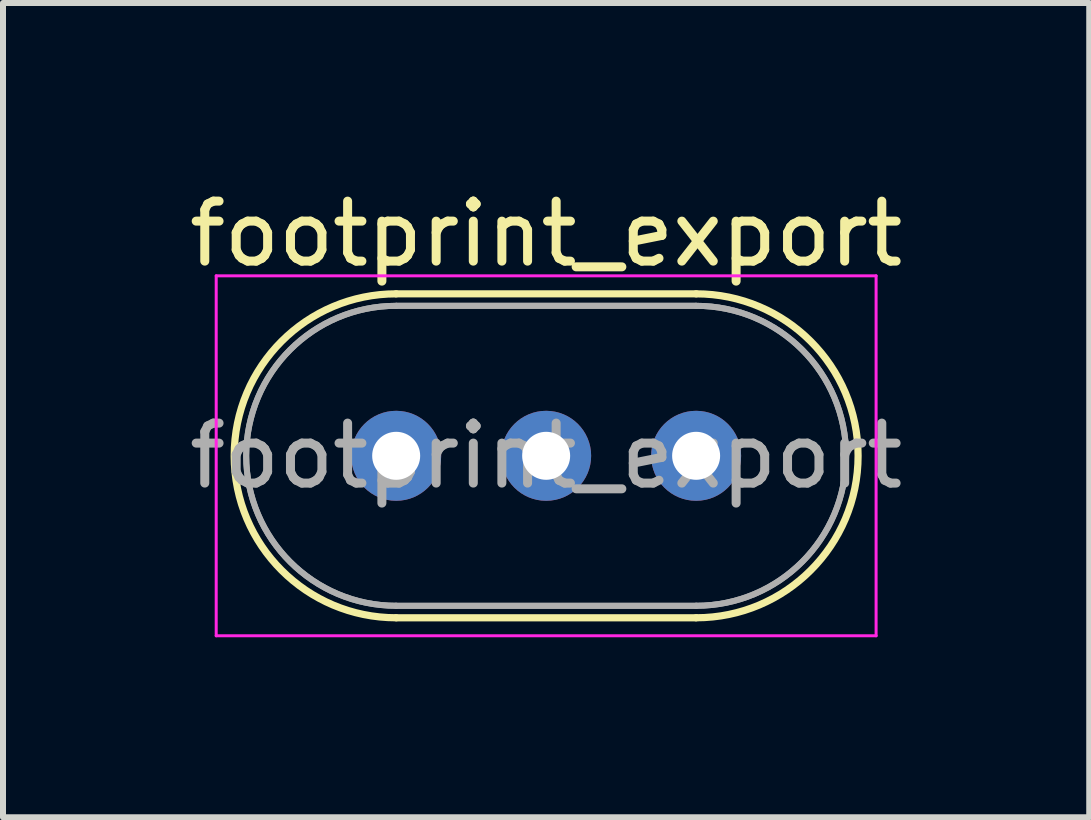
<source format=kicad_pcb>
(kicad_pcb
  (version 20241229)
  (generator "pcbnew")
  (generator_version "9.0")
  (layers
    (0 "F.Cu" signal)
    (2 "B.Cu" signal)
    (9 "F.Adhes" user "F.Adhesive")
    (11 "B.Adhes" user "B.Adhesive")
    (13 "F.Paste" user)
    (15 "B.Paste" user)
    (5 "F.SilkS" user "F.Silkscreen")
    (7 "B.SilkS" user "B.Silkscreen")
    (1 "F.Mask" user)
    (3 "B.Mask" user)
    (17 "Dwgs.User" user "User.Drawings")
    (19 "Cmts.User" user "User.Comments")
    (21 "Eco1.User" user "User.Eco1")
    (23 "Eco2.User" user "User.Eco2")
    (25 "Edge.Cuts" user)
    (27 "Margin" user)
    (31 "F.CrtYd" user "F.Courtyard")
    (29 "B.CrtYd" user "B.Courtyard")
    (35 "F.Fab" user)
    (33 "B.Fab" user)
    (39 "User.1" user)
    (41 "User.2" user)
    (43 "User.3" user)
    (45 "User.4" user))
  (footprint "footprint_export"
    (layer "F.Cu")
    (at 3.554 4.548)
    (property "Reference" "footprint_export" (at 2.5 -3.7 0) (layer "F.SilkS") (effects (font (size 1 1) (thickness 0.15))))
    (attr through_hole)
    (fp_line (start 0 -2.7) (end 5 -2.7) (stroke (width 0.12) (type solid)) (layer "F.SilkS"))
    (fp_line (start 0 2.7) (end 5 2.7) (stroke (width 0.12) (type solid)) (layer "F.SilkS"))
    (fp_arc (start 0 2.7) (mid -2.7 0) (end 0 -2.7) (stroke (width 0.12) (type solid)) (layer "F.SilkS"))
    (fp_arc (start 5 -2.7) (mid 7.7 0) (end 5 2.7) (stroke (width 0.12) (type solid)) (layer "F.SilkS"))
    (fp_line (start -3 -3) (end -3 3) (stroke (width 0.05) (type solid)) (layer "F.CrtYd"))
    (fp_line (start -3 3) (end 8 3) (stroke (width 0.05) (type solid)) (layer "F.CrtYd"))
    (fp_line (start 8 -3) (end -3 -3) (stroke (width 0.05) (type solid)) (layer "F.CrtYd"))
    (fp_line (start 8 3) (end 8 -3) (stroke (width 0.05) (type solid)) (layer "F.CrtYd"))
    (fp_line (start 0 -2.5) (end 5 -2.5) (stroke (width 0.1) (type solid)) (layer "F.Fab"))
    (fp_line (start 0 -2.5) (end 5 -2.5) (stroke (width 0.1) (type solid)) (layer "F.Fab"))
    (fp_line (start 0 2.5) (end 5 2.5) (stroke (width 0.1) (type solid)) (layer "F.Fab"))
    (fp_line (start 0 2.5) (end 5 2.5) (stroke (width 0.1) (type solid)) (layer "F.Fab"))
    (fp_arc (start 0 2.5) (mid -2.5 0) (end 0 -2.5) (stroke (width 0.1) (type solid)) (layer "F.Fab"))
    (fp_arc (start 0 2.5) (mid -2.5 0) (end 0 -2.5) (stroke (width 0.1) (type solid)) (layer "F.Fab"))
    (fp_arc (start 5 -2.5) (mid 7.5 0) (end 5 2.5) (stroke (width 0.1) (type solid)) (layer "F.Fab"))
    (fp_arc (start 5 -2.5) (mid 7.5 0) (end 5 2.5) (stroke (width 0.1) (type solid)) (layer "F.Fab"))
    (fp_text user "${REFERENCE}" (at 2.5 0 0) (layer "F.Fab") (effects (font (size 1 1) (thickness 0.15))))
    (pad "1" thru_hole circle (at 0 0) (size 1.5 1.5) (drill 0.8) (layers "*.Cu" "*.Mask"))
    (pad "2" thru_hole circle (at 2.5 0) (size 1.5 1.5) (drill 0.8) (layers "*.Cu" "*.Mask"))
    (pad "3" thru_hole circle (at 5 0) (size 1.5 1.5) (drill 0.8) (layers "*.Cu" "*.Mask")))
  (gr_rect
    (start -3 -3)
    (end 15.107 10.573)
    (stroke (width 0.1) (type default))
    (fill no)
    (layer "Edge.Cuts")))
</source>
